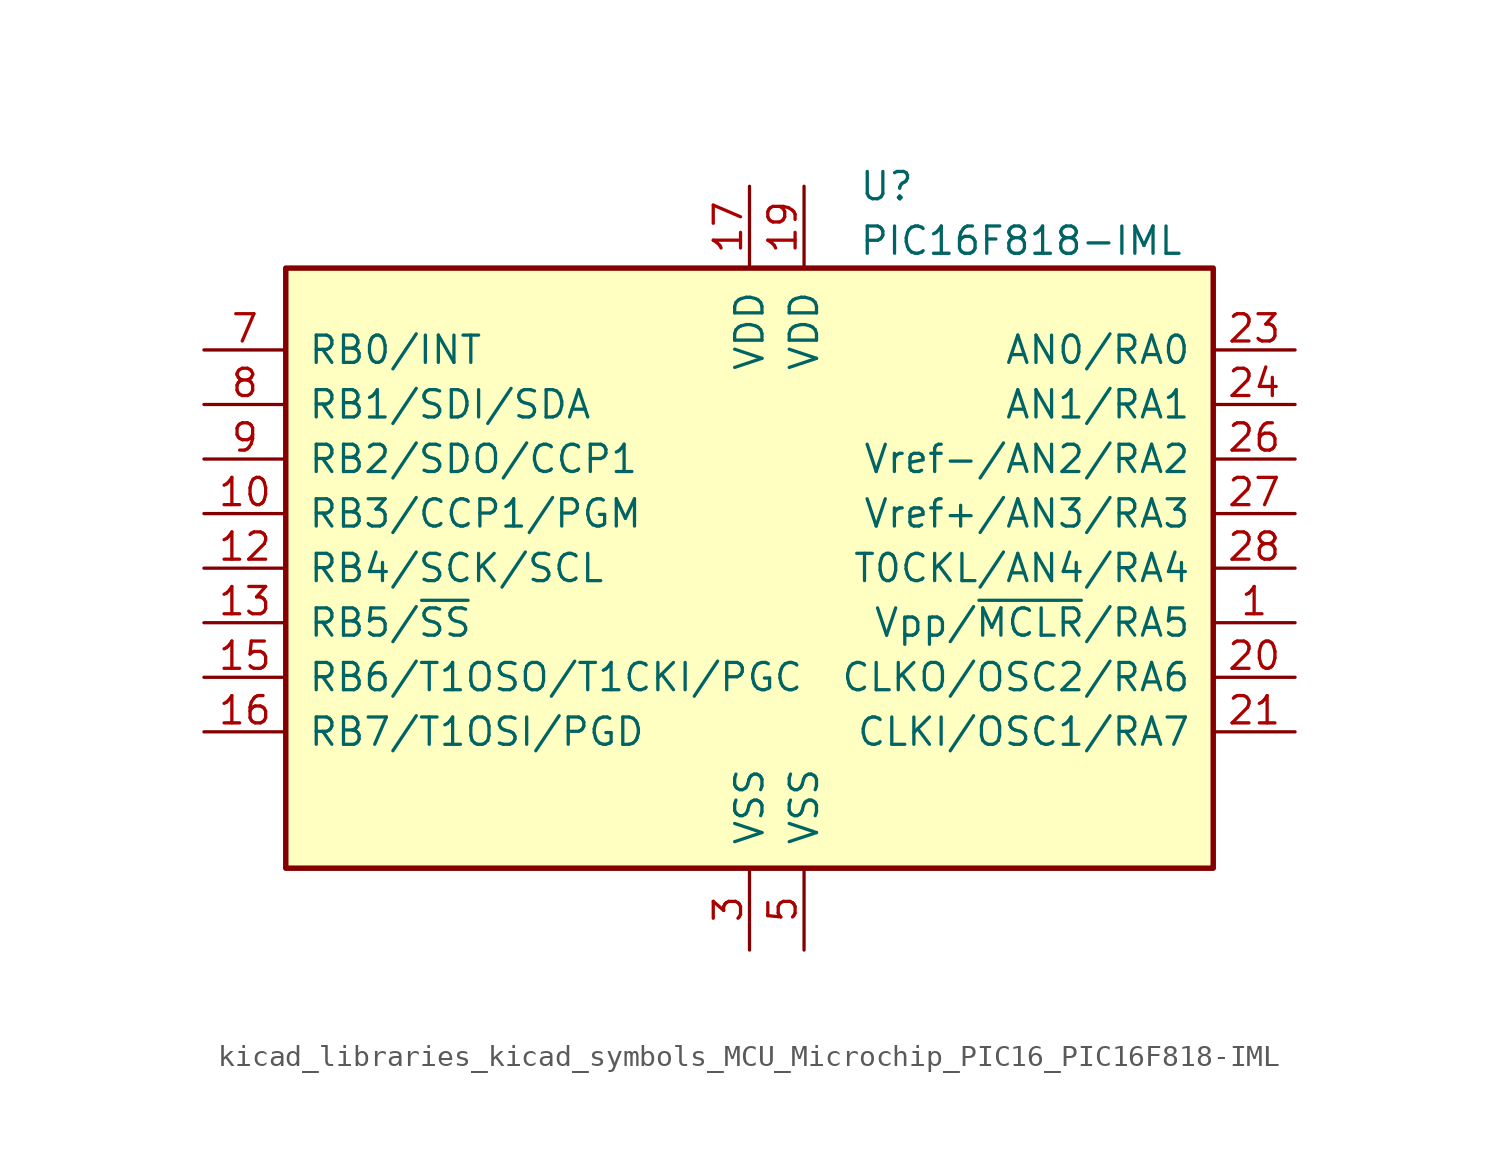
<source format=kicad_sym>
(kicad_symbol_lib
  (version 20220914)
  (generator kicad_symbol_editor)
  (symbol "kicad_libraries_kicad_symbols_MCU_Microchip_PIC16_PIC16F818-IML"
    (pin_names
      (offset 1.016))
    (property "Reference" "U"
      (at 5.08 17.78 0)
      (effects (font (size 1.27 1.27)) (justify left)))
    (property "Value" "PIC16F818-IML"
      (at 5.08 15.24 0)
      (effects (font (size 1.27 1.27)) (justify left)))
    (symbol "kicad_libraries_kicad_symbols_MCU_Microchip_PIC16_PIC16F818-IML_0_1"
      (rectangle (start -21.59 13.97) (end 21.59 -13.97) (stroke (width 0.254) (type default)) (fill (type background))))
    (symbol "kicad_libraries_kicad_symbols_MCU_Microchip_PIC16_PIC16F818-IML_1_1"
      (pin input line (at 25.4 -2.54 180) (length 3.81) (name "Vpp/~{MCLR}/RA5" (effects (font (size 1.27 1.27)))) (number "1" (effects (font (size 1.27 1.27)))))
      (pin bidirectional line (at -25.4 2.54 0) (length 3.81) (name "RB3/CCP1/PGM" (effects (font (size 1.27 1.27)))) (number "10" (effects (font (size 1.27 1.27)))))
      (pin bidirectional line (at -25.4 0 0) (length 3.81) (name "RB4/SCK/SCL" (effects (font (size 1.27 1.27)))) (number "12" (effects (font (size 1.27 1.27)))))
      (pin bidirectional line (at -25.4 -2.54 0) (length 3.81) (name "RB5/~{SS}" (effects (font (size 1.27 1.27)))) (number "13" (effects (font (size 1.27 1.27)))))
      (pin bidirectional line (at -25.4 -5.08 0) (length 3.81) (name "RB6/T1OSO/T1CKI/PGC" (effects (font (size 1.27 1.27)))) (number "15" (effects (font (size 1.27 1.27)))))
      (pin bidirectional line (at -25.4 -7.62 0) (length 3.81) (name "RB7/T1OSI/PGD" (effects (font (size 1.27 1.27)))) (number "16" (effects (font (size 1.27 1.27)))))
      (pin power_in line (at 0 17.78 270) (length 3.81) (name "VDD" (effects (font (size 1.27 1.27)))) (number "17" (effects (font (size 1.27 1.27)))))
      (pin power_in line (at 2.54 17.78 270) (length 3.81) (name "VDD" (effects (font (size 1.27 1.27)))) (number "19" (effects (font (size 1.27 1.27)))))
      (pin bidirectional line (at 25.4 -5.08 180) (length 3.81) (name "CLKO/OSC2/RA6" (effects (font (size 1.27 1.27)))) (number "20" (effects (font (size 1.27 1.27)))))
      (pin bidirectional line (at 25.4 -7.62 180) (length 3.81) (name "CLKI/OSC1/RA7" (effects (font (size 1.27 1.27)))) (number "21" (effects (font (size 1.27 1.27)))))
      (pin bidirectional line (at 25.4 10.16 180) (length 3.81) (name "AN0/RA0" (effects (font (size 1.27 1.27)))) (number "23" (effects (font (size 1.27 1.27)))))
      (pin bidirectional line (at 25.4 7.62 180) (length 3.81) (name "AN1/RA1" (effects (font (size 1.27 1.27)))) (number "24" (effects (font (size 1.27 1.27)))))
      (pin bidirectional line (at 25.4 5.08 180) (length 3.81) (name "Vref-/AN2/RA2" (effects (font (size 1.27 1.27)))) (number "26" (effects (font (size 1.27 1.27)))))
      (pin bidirectional line (at 25.4 2.54 180) (length 3.81) (name "Vref+/AN3/RA3" (effects (font (size 1.27 1.27)))) (number "27" (effects (font (size 1.27 1.27)))))
      (pin bidirectional line (at 25.4 0 180) (length 3.81) (name "T0CKL/AN4/RA4" (effects (font (size 1.27 1.27)))) (number "28" (effects (font (size 1.27 1.27)))))
      (pin power_in line (at 0 -17.78 90) (length 3.81) (name "VSS" (effects (font (size 1.27 1.27)))) (number "3" (effects (font (size 1.27 1.27)))))
      (pin power_in line (at 2.54 -17.78 90) (length 3.81) (name "VSS" (effects (font (size 1.27 1.27)))) (number "5" (effects (font (size 1.27 1.27)))))
      (pin bidirectional line (at -25.4 10.16 0) (length 3.81) (name "RB0/INT" (effects (font (size 1.27 1.27)))) (number "7" (effects (font (size 1.27 1.27)))))
      (pin bidirectional line (at -25.4 7.62 0) (length 3.81) (name "RB1/SDI/SDA" (effects (font (size 1.27 1.27)))) (number "8" (effects (font (size 1.27 1.27)))))
      (pin bidirectional line (at -25.4 5.08 0) (length 3.81) (name "RB2/SDO/CCP1" (effects (font (size 1.27 1.27)))) (number "9" (effects (font (size 1.27 1.27))))))))
</source>
